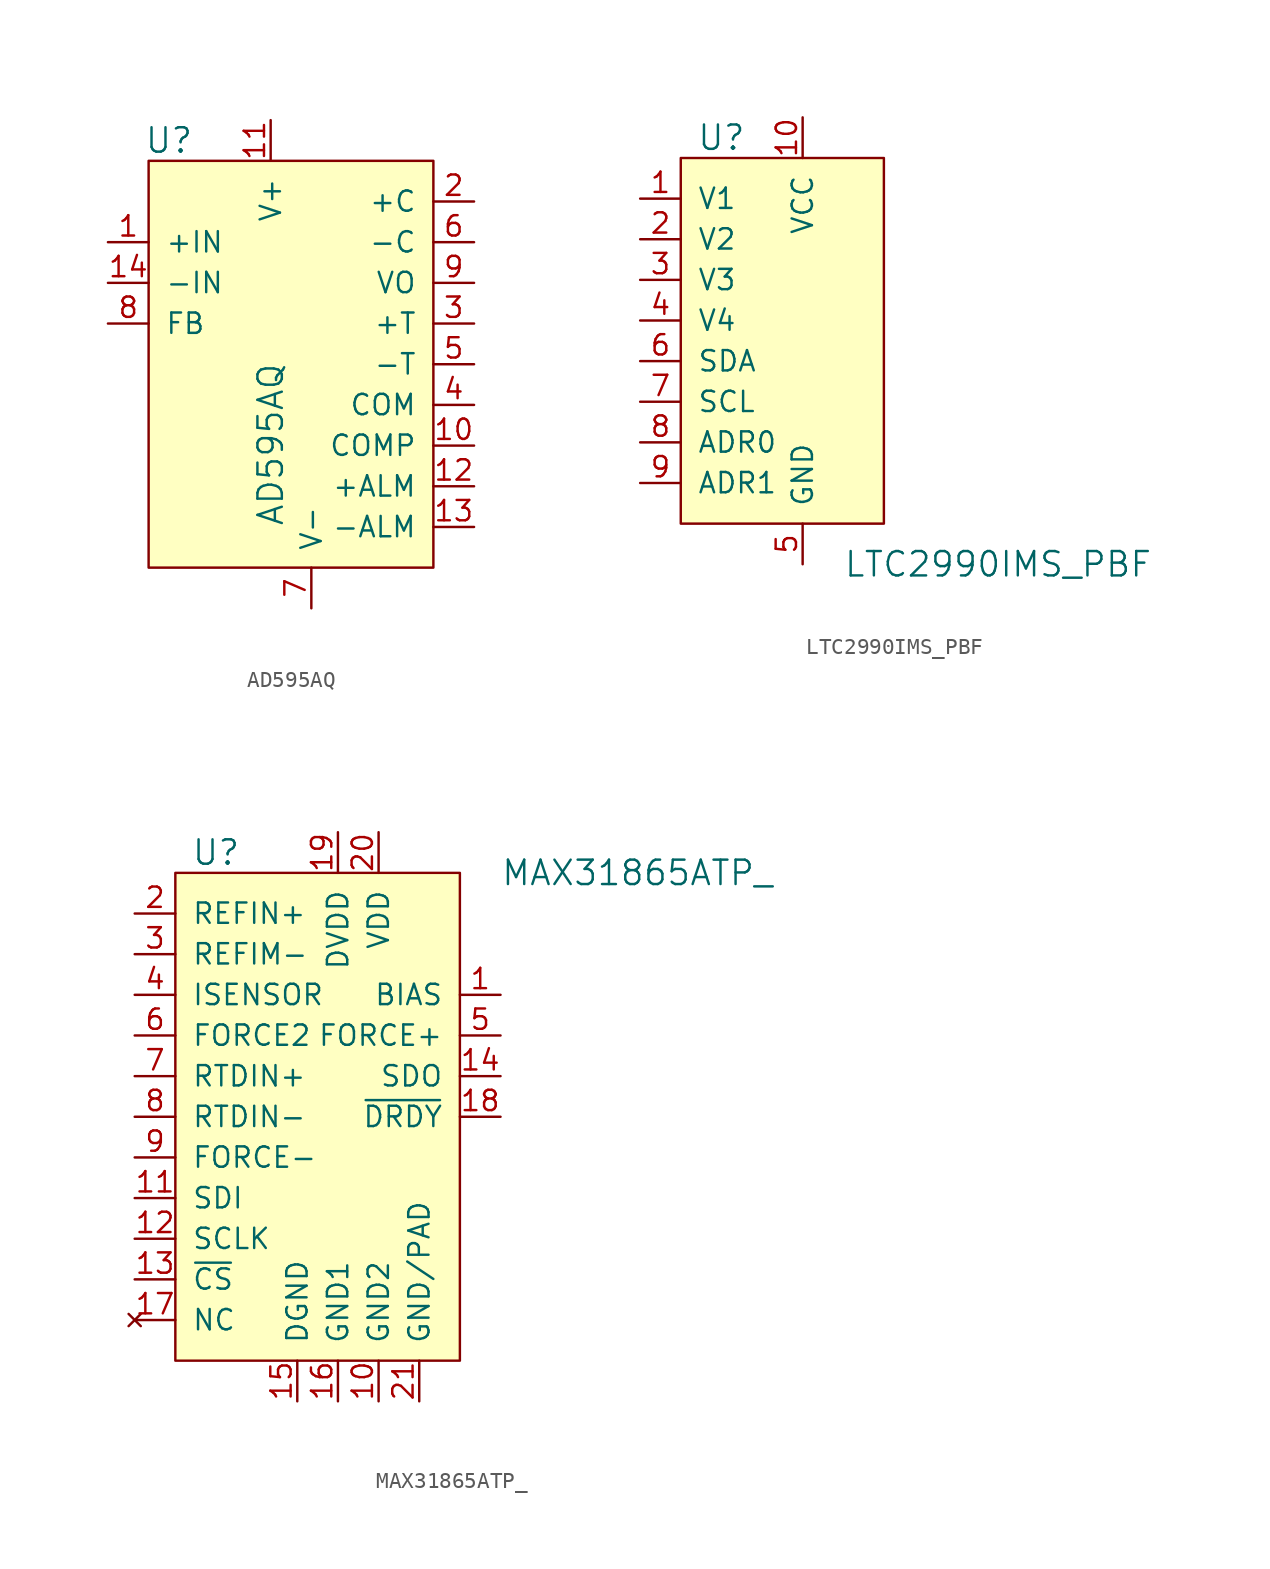
<source format=kicad_sym>
(kicad_symbol_lib
  (version 20231120)
  (generator "kicad_symbol_editor")
  (generator_version "8.0")
  (symbol "AD595AQ"
    (pin_names
      (offset 1.016))
    (property "Reference" "U"
      (at -8.89 8.89 0)
      (effects (font (size 1.524 1.524))))
    (property "Value" "AD595AQ"
      (at -2.54 -15.24 90)
      (effects (font (size 1.524 1.524)) (justify left)))
    (symbol "AD595AQ_0_1"
      (rectangle (start -10.16 7.62) (end 7.62 -17.78) (stroke (width 0) (type default)) (fill (type background))))
    (symbol "AD595AQ_1_1"
      (pin input line (at -12.7 2.54 0) (length 2.54) (name "+IN" (effects (font (size 1.27 1.27)))) (number "1" (effects (font (size 1.27 1.27)))))
      (pin passive line (at 10.16 -10.16 180) (length 2.54) (name "COMP" (effects (font (size 1.27 1.27)))) (number "10" (effects (font (size 1.27 1.27)))))
      (pin power_in line (at -2.54 10.16 270) (length 2.54) (name "V+" (effects (font (size 1.27 1.27)))) (number "11" (effects (font (size 1.27 1.27)))))
      (pin passive line (at 10.16 -12.7 180) (length 2.54) (name "+ALM" (effects (font (size 1.27 1.27)))) (number "12" (effects (font (size 1.27 1.27)))))
      (pin passive line (at 10.16 -15.24 180) (length 2.54) (name "-ALM" (effects (font (size 1.27 1.27)))) (number "13" (effects (font (size 1.27 1.27)))))
      (pin input line (at -12.7 0 0) (length 2.54) (name "-IN" (effects (font (size 1.27 1.27)))) (number "14" (effects (font (size 1.27 1.27)))))
      (pin output line (at 10.16 5.08 180) (length 2.54) (name "+C" (effects (font (size 1.27 1.27)))) (number "2" (effects (font (size 1.27 1.27)))))
      (pin passive line (at 10.16 -2.54 180) (length 2.54) (name "+T" (effects (font (size 1.27 1.27)))) (number "3" (effects (font (size 1.27 1.27)))))
      (pin passive line (at 10.16 -7.62 180) (length 2.54) (name "COM" (effects (font (size 1.27 1.27)))) (number "4" (effects (font (size 1.27 1.27)))))
      (pin passive line (at 10.16 -5.08 180) (length 2.54) (name "-T" (effects (font (size 1.27 1.27)))) (number "5" (effects (font (size 1.27 1.27)))))
      (pin output line (at 10.16 2.54 180) (length 2.54) (name "-C" (effects (font (size 1.27 1.27)))) (number "6" (effects (font (size 1.27 1.27)))))
      (pin power_in line (at 0 -20.32 90) (length 2.54) (name "V-" (effects (font (size 1.27 1.27)))) (number "7" (effects (font (size 1.27 1.27)))))
      (pin passive line (at -12.7 -2.54 0) (length 2.54) (name "FB" (effects (font (size 1.27 1.27)))) (number "8" (effects (font (size 1.27 1.27)))))
      (pin output line (at 10.16 0 180) (length 2.54) (name "VO" (effects (font (size 1.27 1.27)))) (number "9" (effects (font (size 1.27 1.27)))))))
  (symbol "LTC2990IMS_PBF"
    (pin_names
      (offset 1.016))
    (property "Reference" "U"
      (at -5.08 6.35 0)
      (effects (font (size 1.524 1.524))))
    (property "Value" "LTC2990IMS_PBF"
      (at 2.54 -20.32 0)
      (effects (font (size 1.524 1.524)) (justify left)))
    (symbol "LTC2990IMS_PBF_0_1"
      (rectangle (start -7.62 5.08) (end 5.08 -17.78) (stroke (width 0) (type default)) (fill (type background))))
    (symbol "LTC2990IMS_PBF_1_1"
      (pin input line (at -10.16 2.54 0) (length 2.54) (name "V1" (effects (font (size 1.27 1.27)))) (number "1" (effects (font (size 1.27 1.27)))))
      (pin power_in line (at 0 7.62 270) (length 2.54) (name "VCC" (effects (font (size 1.27 1.27)))) (number "10" (effects (font (size 1.27 1.27)))))
      (pin input line (at -10.16 0 0) (length 2.54) (name "V2" (effects (font (size 1.27 1.27)))) (number "2" (effects (font (size 1.27 1.27)))))
      (pin input line (at -10.16 -2.54 0) (length 2.54) (name "V3" (effects (font (size 1.27 1.27)))) (number "3" (effects (font (size 1.27 1.27)))))
      (pin input line (at -10.16 -5.08 0) (length 2.54) (name "V4" (effects (font (size 1.27 1.27)))) (number "4" (effects (font (size 1.27 1.27)))))
      (pin power_in line (at 0 -20.32 90) (length 2.54) (name "GND" (effects (font (size 1.27 1.27)))) (number "5" (effects (font (size 1.27 1.27)))))
      (pin bidirectional line (at -10.16 -7.62 0) (length 2.54) (name "SDA" (effects (font (size 1.27 1.27)))) (number "6" (effects (font (size 1.27 1.27)))))
      (pin input line (at -10.16 -10.16 0) (length 2.54) (name "SCL" (effects (font (size 1.27 1.27)))) (number "7" (effects (font (size 1.27 1.27)))))
      (pin input line (at -10.16 -12.7 0) (length 2.54) (name "ADR0" (effects (font (size 1.27 1.27)))) (number "8" (effects (font (size 1.27 1.27)))))
      (pin input line (at -10.16 -15.24 0) (length 2.54) (name "ADR1" (effects (font (size 1.27 1.27)))) (number "9" (effects (font (size 1.27 1.27)))))))
  (symbol "MAX31865ATP_"
    (pin_names
      (offset 1.016))
    (property "Reference" "U"
      (at -7.62 6.35 0)
      (effects (font (size 1.524 1.524))))
    (property "Value" "MAX31865ATP_"
      (at 10.16 5.08 0)
      (effects (font (size 1.524 1.524)) (justify left)))
    (symbol "MAX31865ATP__0_1"
      (rectangle (start -10.16 5.08) (end 7.62 -25.4) (stroke (width 0) (type default)) (fill (type background))))
    (symbol "MAX31865ATP__1_1"
      (pin output line (at 10.16 -2.54 180) (length 2.54) (name "BIAS" (effects (font (size 1.27 1.27)))) (number "1" (effects (font (size 1.27 1.27)))))
      (pin power_in line (at 2.54 -27.94 90) (length 2.54) (name "GND2" (effects (font (size 1.27 1.27)))) (number "10" (effects (font (size 1.27 1.27)))))
      (pin input line (at -12.7 -15.24 0) (length 2.54) (name "SDI" (effects (font (size 1.27 1.27)))) (number "11" (effects (font (size 1.27 1.27)))))
      (pin input line (at -12.7 -17.78 0) (length 2.54) (name "SCLK" (effects (font (size 1.27 1.27)))) (number "12" (effects (font (size 1.27 1.27)))))
      (pin input line (at -12.7 -20.32 0) (length 2.54) (name "~{CS}" (effects (font (size 1.27 1.27)))) (number "13" (effects (font (size 1.27 1.27)))))
      (pin output line (at 10.16 -7.62 180) (length 2.54) (name "SDO" (effects (font (size 1.27 1.27)))) (number "14" (effects (font (size 1.27 1.27)))))
      (pin power_in line (at -2.54 -27.94 90) (length 2.54) (name "DGND" (effects (font (size 1.27 1.27)))) (number "15" (effects (font (size 1.27 1.27)))))
      (pin power_in line (at 0 -27.94 90) (length 2.54) (name "GND1" (effects (font (size 1.27 1.27)))) (number "16" (effects (font (size 1.27 1.27)))))
      (pin no_connect line (at -12.7 -22.86 0) (length 2.54) (name "NC" (effects (font (size 1.27 1.27)))) (number "17" (effects (font (size 1.27 1.27)))))
      (pin output line (at 10.16 -10.16 180) (length 2.54) (name "~{DRDY}" (effects (font (size 1.27 1.27)))) (number "18" (effects (font (size 1.27 1.27)))))
      (pin power_in line (at 0 7.62 270) (length 2.54) (name "DVDD" (effects (font (size 1.27 1.27)))) (number "19" (effects (font (size 1.27 1.27)))))
      (pin input line (at -12.7 2.54 0) (length 2.54) (name "REFIN+" (effects (font (size 1.27 1.27)))) (number "2" (effects (font (size 1.27 1.27)))))
      (pin power_in line (at 2.54 7.62 270) (length 2.54) (name "VDD" (effects (font (size 1.27 1.27)))) (number "20" (effects (font (size 1.27 1.27)))))
      (pin power_in line (at 5.08 -27.94 90) (length 2.54) (name "GND/PAD" (effects (font (size 1.27 1.27)))) (number "21" (effects (font (size 1.27 1.27)))))
      (pin input line (at -12.7 0 0) (length 2.54) (name "REFIM-" (effects (font (size 1.27 1.27)))) (number "3" (effects (font (size 1.27 1.27)))))
      (pin input line (at -12.7 -2.54 0) (length 2.54) (name "ISENSOR" (effects (font (size 1.27 1.27)))) (number "4" (effects (font (size 1.27 1.27)))))
      (pin output line (at 10.16 -5.08 180) (length 2.54) (name "FORCE+" (effects (font (size 1.27 1.27)))) (number "5" (effects (font (size 1.27 1.27)))))
      (pin input line (at -12.7 -5.08 0) (length 2.54) (name "FORCE2" (effects (font (size 1.27 1.27)))) (number "6" (effects (font (size 1.27 1.27)))))
      (pin input line (at -12.7 -7.62 0) (length 2.54) (name "RTDIN+" (effects (font (size 1.27 1.27)))) (number "7" (effects (font (size 1.27 1.27)))))
      (pin input line (at -12.7 -10.16 0) (length 2.54) (name "RTDIN-" (effects (font (size 1.27 1.27)))) (number "8" (effects (font (size 1.27 1.27)))))
      (pin input line (at -12.7 -12.7 0) (length 2.54) (name "FORCE-" (effects (font (size 1.27 1.27)))) (number "9" (effects (font (size 1.27 1.27))))))))
</source>
